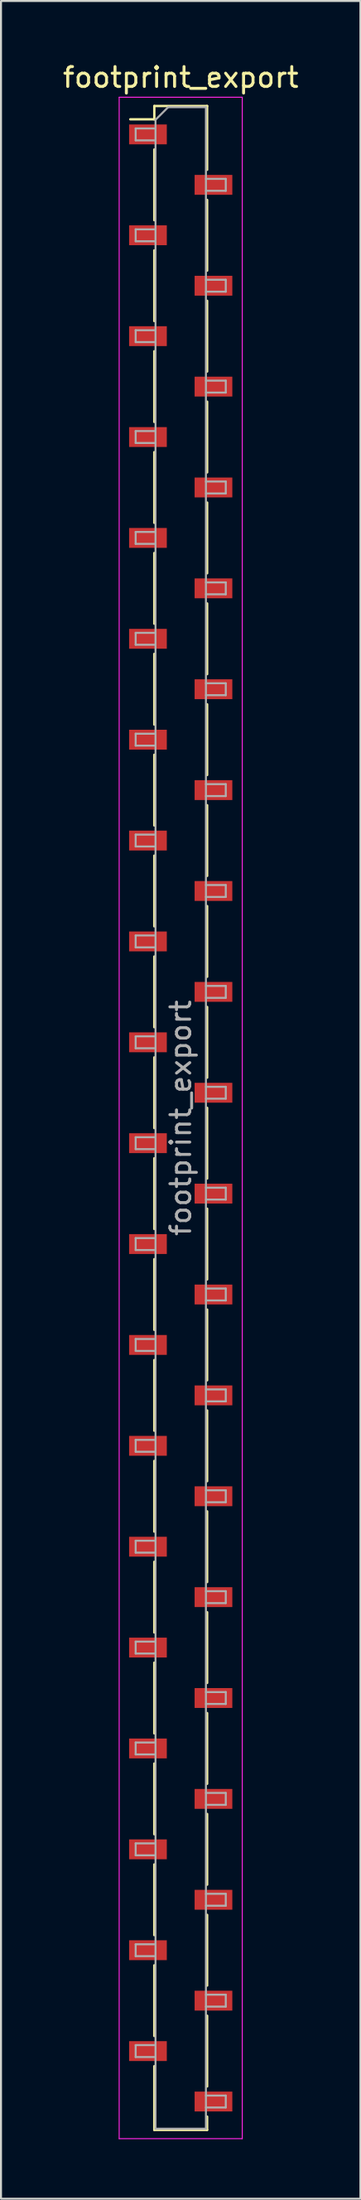
<source format=kicad_pcb>
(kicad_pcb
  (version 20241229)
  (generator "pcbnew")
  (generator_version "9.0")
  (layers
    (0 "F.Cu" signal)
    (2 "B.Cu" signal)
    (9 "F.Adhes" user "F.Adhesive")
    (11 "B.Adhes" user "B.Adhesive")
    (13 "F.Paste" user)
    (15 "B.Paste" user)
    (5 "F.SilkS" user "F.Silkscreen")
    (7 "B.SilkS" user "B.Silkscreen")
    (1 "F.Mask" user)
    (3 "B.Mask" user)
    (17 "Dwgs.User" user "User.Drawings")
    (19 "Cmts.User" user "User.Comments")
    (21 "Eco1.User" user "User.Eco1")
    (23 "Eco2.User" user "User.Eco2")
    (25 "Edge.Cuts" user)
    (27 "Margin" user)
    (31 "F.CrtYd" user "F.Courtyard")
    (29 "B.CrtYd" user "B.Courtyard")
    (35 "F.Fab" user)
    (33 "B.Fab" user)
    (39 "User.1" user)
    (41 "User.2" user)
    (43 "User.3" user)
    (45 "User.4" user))
  (footprint "footprint_export"
    (layer "F.Cu")
    (at 6.054 53.248)
    (property "Reference" "footprint_export" (at 0 -52.4 0) (layer "F.SilkS") (effects (font (size 1 1) (thickness 0.15))))
    (attr smd)
    (fp_line (start -2.54 -50.29) (end -1.33 -50.29) (stroke (width 0.12) (type solid)) (layer "F.SilkS"))
    (fp_line (start -1.33 -50.96) (end -1.33 -50.29) (stroke (width 0.12) (type solid)) (layer "F.SilkS"))
    (fp_line (start -1.33 -50.96) (end 1.33 -50.96) (stroke (width 0.12) (type solid)) (layer "F.SilkS"))
    (fp_line (start -1.33 -48.77) (end -1.33 -45.21) (stroke (width 0.12) (type solid)) (layer "F.SilkS"))
    (fp_line (start -1.33 -43.69) (end -1.33 -40.13) (stroke (width 0.12) (type solid)) (layer "F.SilkS"))
    (fp_line (start -1.33 -38.61) (end -1.33 -35.05) (stroke (width 0.12) (type solid)) (layer "F.SilkS"))
    (fp_line (start -1.33 -33.53) (end -1.33 -29.97) (stroke (width 0.12) (type solid)) (layer "F.SilkS"))
    (fp_line (start -1.33 -28.45) (end -1.33 -24.89) (stroke (width 0.12) (type solid)) (layer "F.SilkS"))
    (fp_line (start -1.33 -23.37) (end -1.33 -19.81) (stroke (width 0.12) (type solid)) (layer "F.SilkS"))
    (fp_line (start -1.33 -18.29) (end -1.33 -14.73) (stroke (width 0.12) (type solid)) (layer "F.SilkS"))
    (fp_line (start -1.33 -13.21) (end -1.33 -9.65) (stroke (width 0.12) (type solid)) (layer "F.SilkS"))
    (fp_line (start -1.33 -8.13) (end -1.33 -4.57) (stroke (width 0.12) (type solid)) (layer "F.SilkS"))
    (fp_line (start -1.33 -3.05) (end -1.33 0.51) (stroke (width 0.12) (type solid)) (layer "F.SilkS"))
    (fp_line (start -1.33 2.03) (end -1.33 5.59) (stroke (width 0.12) (type solid)) (layer "F.SilkS"))
    (fp_line (start -1.33 7.11) (end -1.33 10.67) (stroke (width 0.12) (type solid)) (layer "F.SilkS"))
    (fp_line (start -1.33 12.19) (end -1.33 15.75) (stroke (width 0.12) (type solid)) (layer "F.SilkS"))
    (fp_line (start -1.33 17.27) (end -1.33 20.83) (stroke (width 0.12) (type solid)) (layer "F.SilkS"))
    (fp_line (start -1.33 22.35) (end -1.33 25.91) (stroke (width 0.12) (type solid)) (layer "F.SilkS"))
    (fp_line (start -1.33 27.43) (end -1.33 30.99) (stroke (width 0.12) (type solid)) (layer "F.SilkS"))
    (fp_line (start -1.33 32.51) (end -1.33 36.07) (stroke (width 0.12) (type solid)) (layer "F.SilkS"))
    (fp_line (start -1.33 37.59) (end -1.33 41.15) (stroke (width 0.12) (type solid)) (layer "F.SilkS"))
    (fp_line (start -1.33 42.67) (end -1.33 46.23) (stroke (width 0.12) (type solid)) (layer "F.SilkS"))
    (fp_line (start -1.33 47.75) (end -1.33 50.96) (stroke (width 0.12) (type solid)) (layer "F.SilkS"))
    (fp_line (start -1.33 50.96) (end 1.33 50.96) (stroke (width 0.12) (type solid)) (layer "F.SilkS"))
    (fp_line (start 1.33 -50.96) (end 1.33 -47.75) (stroke (width 0.12) (type solid)) (layer "F.SilkS"))
    (fp_line (start 1.33 -46.23) (end 1.33 -42.67) (stroke (width 0.12) (type solid)) (layer "F.SilkS"))
    (fp_line (start 1.33 -41.15) (end 1.33 -37.59) (stroke (width 0.12) (type solid)) (layer "F.SilkS"))
    (fp_line (start 1.33 -36.07) (end 1.33 -32.51) (stroke (width 0.12) (type solid)) (layer "F.SilkS"))
    (fp_line (start 1.33 -30.99) (end 1.33 -27.43) (stroke (width 0.12) (type solid)) (layer "F.SilkS"))
    (fp_line (start 1.33 -25.91) (end 1.33 -22.35) (stroke (width 0.12) (type solid)) (layer "F.SilkS"))
    (fp_line (start 1.33 -20.83) (end 1.33 -17.27) (stroke (width 0.12) (type solid)) (layer "F.SilkS"))
    (fp_line (start 1.33 -15.75) (end 1.33 -12.19) (stroke (width 0.12) (type solid)) (layer "F.SilkS"))
    (fp_line (start 1.33 -10.67) (end 1.33 -7.11) (stroke (width 0.12) (type solid)) (layer "F.SilkS"))
    (fp_line (start 1.33 -5.59) (end 1.33 -2.03) (stroke (width 0.12) (type solid)) (layer "F.SilkS"))
    (fp_line (start 1.33 -0.51) (end 1.33 3.05) (stroke (width 0.12) (type solid)) (layer "F.SilkS"))
    (fp_line (start 1.33 4.57) (end 1.33 8.13) (stroke (width 0.12) (type solid)) (layer "F.SilkS"))
    (fp_line (start 1.33 9.65) (end 1.33 13.21) (stroke (width 0.12) (type solid)) (layer "F.SilkS"))
    (fp_line (start 1.33 14.73) (end 1.33 18.29) (stroke (width 0.12) (type solid)) (layer "F.SilkS"))
    (fp_line (start 1.33 19.81) (end 1.33 23.37) (stroke (width 0.12) (type solid)) (layer "F.SilkS"))
    (fp_line (start 1.33 24.89) (end 1.33 28.45) (stroke (width 0.12) (type solid)) (layer "F.SilkS"))
    (fp_line (start 1.33 29.97) (end 1.33 33.53) (stroke (width 0.12) (type solid)) (layer "F.SilkS"))
    (fp_line (start 1.33 35.05) (end 1.33 38.61) (stroke (width 0.12) (type solid)) (layer "F.SilkS"))
    (fp_line (start 1.33 40.13) (end 1.33 43.69) (stroke (width 0.12) (type solid)) (layer "F.SilkS"))
    (fp_line (start 1.33 45.21) (end 1.33 48.77) (stroke (width 0.12) (type solid)) (layer "F.SilkS"))
    (fp_line (start 1.33 50.29) (end 1.33 50.96) (stroke (width 0.12) (type solid)) (layer "F.SilkS"))
    (fp_line (start -3.1 -51.4) (end 3.1 -51.4) (stroke (width 0.05) (type solid)) (layer "F.CrtYd"))
    (fp_line (start -3.1 51.4) (end -3.1 -51.4) (stroke (width 0.05) (type solid)) (layer "F.CrtYd"))
    (fp_line (start 3.1 -51.4) (end 3.1 51.4) (stroke (width 0.05) (type solid)) (layer "F.CrtYd"))
    (fp_line (start 3.1 51.4) (end -3.1 51.4) (stroke (width 0.05) (type solid)) (layer "F.CrtYd"))
    (fp_line (start -2.27 -49.83) (end -1.27 -49.83) (stroke (width 0.1) (type solid)) (layer "F.Fab"))
    (fp_line (start -2.27 -49.23) (end -2.27 -49.83) (stroke (width 0.1) (type solid)) (layer "F.Fab"))
    (fp_line (start -2.27 -44.75) (end -1.27 -44.75) (stroke (width 0.1) (type solid)) (layer "F.Fab"))
    (fp_line (start -2.27 -44.15) (end -2.27 -44.75) (stroke (width 0.1) (type solid)) (layer "F.Fab"))
    (fp_line (start -2.27 -39.67) (end -1.27 -39.67) (stroke (width 0.1) (type solid)) (layer "F.Fab"))
    (fp_line (start -2.27 -39.07) (end -2.27 -39.67) (stroke (width 0.1) (type solid)) (layer "F.Fab"))
    (fp_line (start -2.27 -34.59) (end -1.27 -34.59) (stroke (width 0.1) (type solid)) (layer "F.Fab"))
    (fp_line (start -2.27 -33.99) (end -2.27 -34.59) (stroke (width 0.1) (type solid)) (layer "F.Fab"))
    (fp_line (start -2.27 -29.51) (end -1.27 -29.51) (stroke (width 0.1) (type solid)) (layer "F.Fab"))
    (fp_line (start -2.27 -28.91) (end -2.27 -29.51) (stroke (width 0.1) (type solid)) (layer "F.Fab"))
    (fp_line (start -2.27 -24.43) (end -1.27 -24.43) (stroke (width 0.1) (type solid)) (layer "F.Fab"))
    (fp_line (start -2.27 -23.83) (end -2.27 -24.43) (stroke (width 0.1) (type solid)) (layer "F.Fab"))
    (fp_line (start -2.27 -19.35) (end -1.27 -19.35) (stroke (width 0.1) (type solid)) (layer "F.Fab"))
    (fp_line (start -2.27 -18.75) (end -2.27 -19.35) (stroke (width 0.1) (type solid)) (layer "F.Fab"))
    (fp_line (start -2.27 -14.27) (end -1.27 -14.27) (stroke (width 0.1) (type solid)) (layer "F.Fab"))
    (fp_line (start -2.27 -13.67) (end -2.27 -14.27) (stroke (width 0.1) (type solid)) (layer "F.Fab"))
    (fp_line (start -2.27 -9.19) (end -1.27 -9.19) (stroke (width 0.1) (type solid)) (layer "F.Fab"))
    (fp_line (start -2.27 -8.59) (end -2.27 -9.19) (stroke (width 0.1) (type solid)) (layer "F.Fab"))
    (fp_line (start -2.27 -4.11) (end -1.27 -4.11) (stroke (width 0.1) (type solid)) (layer "F.Fab"))
    (fp_line (start -2.27 -3.51) (end -2.27 -4.11) (stroke (width 0.1) (type solid)) (layer "F.Fab"))
    (fp_line (start -2.27 0.97) (end -1.27 0.97) (stroke (width 0.1) (type solid)) (layer "F.Fab"))
    (fp_line (start -2.27 1.57) (end -2.27 0.97) (stroke (width 0.1) (type solid)) (layer "F.Fab"))
    (fp_line (start -2.27 6.05) (end -1.27 6.05) (stroke (width 0.1) (type solid)) (layer "F.Fab"))
    (fp_line (start -2.27 6.65) (end -2.27 6.05) (stroke (width 0.1) (type solid)) (layer "F.Fab"))
    (fp_line (start -2.27 11.13) (end -1.27 11.13) (stroke (width 0.1) (type solid)) (layer "F.Fab"))
    (fp_line (start -2.27 11.73) (end -2.27 11.13) (stroke (width 0.1) (type solid)) (layer "F.Fab"))
    (fp_line (start -2.27 16.21) (end -1.27 16.21) (stroke (width 0.1) (type solid)) (layer "F.Fab"))
    (fp_line (start -2.27 16.81) (end -2.27 16.21) (stroke (width 0.1) (type solid)) (layer "F.Fab"))
    (fp_line (start -2.27 21.29) (end -1.27 21.29) (stroke (width 0.1) (type solid)) (layer "F.Fab"))
    (fp_line (start -2.27 21.89) (end -2.27 21.29) (stroke (width 0.1) (type solid)) (layer "F.Fab"))
    (fp_line (start -2.27 26.37) (end -1.27 26.37) (stroke (width 0.1) (type solid)) (layer "F.Fab"))
    (fp_line (start -2.27 26.97) (end -2.27 26.37) (stroke (width 0.1) (type solid)) (layer "F.Fab"))
    (fp_line (start -2.27 31.45) (end -1.27 31.45) (stroke (width 0.1) (type solid)) (layer "F.Fab"))
    (fp_line (start -2.27 32.05) (end -2.27 31.45) (stroke (width 0.1) (type solid)) (layer "F.Fab"))
    (fp_line (start -2.27 36.53) (end -1.27 36.53) (stroke (width 0.1) (type solid)) (layer "F.Fab"))
    (fp_line (start -2.27 37.13) (end -2.27 36.53) (stroke (width 0.1) (type solid)) (layer "F.Fab"))
    (fp_line (start -2.27 41.61) (end -1.27 41.61) (stroke (width 0.1) (type solid)) (layer "F.Fab"))
    (fp_line (start -2.27 42.21) (end -2.27 41.61) (stroke (width 0.1) (type solid)) (layer "F.Fab"))
    (fp_line (start -2.27 46.69) (end -1.27 46.69) (stroke (width 0.1) (type solid)) (layer "F.Fab"))
    (fp_line (start -2.27 47.29) (end -2.27 46.69) (stroke (width 0.1) (type solid)) (layer "F.Fab"))
    (fp_line (start -1.27 -50.265) (end -0.635 -50.9) (stroke (width 0.1) (type solid)) (layer "F.Fab"))
    (fp_line (start -1.27 -49.23) (end -2.27 -49.23) (stroke (width 0.1) (type solid)) (layer "F.Fab"))
    (fp_line (start -1.27 -44.15) (end -2.27 -44.15) (stroke (width 0.1) (type solid)) (layer "F.Fab"))
    (fp_line (start -1.27 -39.07) (end -2.27 -39.07) (stroke (width 0.1) (type solid)) (layer "F.Fab"))
    (fp_line (start -1.27 -33.99) (end -2.27 -33.99) (stroke (width 0.1) (type solid)) (layer "F.Fab"))
    (fp_line (start -1.27 -28.91) (end -2.27 -28.91) (stroke (width 0.1) (type solid)) (layer "F.Fab"))
    (fp_line (start -1.27 -23.83) (end -2.27 -23.83) (stroke (width 0.1) (type solid)) (layer "F.Fab"))
    (fp_line (start -1.27 -18.75) (end -2.27 -18.75) (stroke (width 0.1) (type solid)) (layer "F.Fab"))
    (fp_line (start -1.27 -13.67) (end -2.27 -13.67) (stroke (width 0.1) (type solid)) (layer "F.Fab"))
    (fp_line (start -1.27 -8.59) (end -2.27 -8.59) (stroke (width 0.1) (type solid)) (layer "F.Fab"))
    (fp_line (start -1.27 -3.51) (end -2.27 -3.51) (stroke (width 0.1) (type solid)) (layer "F.Fab"))
    (fp_line (start -1.27 1.57) (end -2.27 1.57) (stroke (width 0.1) (type solid)) (layer "F.Fab"))
    (fp_line (start -1.27 6.65) (end -2.27 6.65) (stroke (width 0.1) (type solid)) (layer "F.Fab"))
    (fp_line (start -1.27 11.73) (end -2.27 11.73) (stroke (width 0.1) (type solid)) (layer "F.Fab"))
    (fp_line (start -1.27 16.81) (end -2.27 16.81) (stroke (width 0.1) (type solid)) (layer "F.Fab"))
    (fp_line (start -1.27 21.89) (end -2.27 21.89) (stroke (width 0.1) (type solid)) (layer "F.Fab"))
    (fp_line (start -1.27 26.97) (end -2.27 26.97) (stroke (width 0.1) (type solid)) (layer "F.Fab"))
    (fp_line (start -1.27 32.05) (end -2.27 32.05) (stroke (width 0.1) (type solid)) (layer "F.Fab"))
    (fp_line (start -1.27 37.13) (end -2.27 37.13) (stroke (width 0.1) (type solid)) (layer "F.Fab"))
    (fp_line (start -1.27 42.21) (end -2.27 42.21) (stroke (width 0.1) (type solid)) (layer "F.Fab"))
    (fp_line (start -1.27 47.29) (end -2.27 47.29) (stroke (width 0.1) (type solid)) (layer "F.Fab"))
    (fp_line (start -1.27 50.9) (end -1.27 -50.265) (stroke (width 0.1) (type solid)) (layer "F.Fab"))
    (fp_line (start -0.635 -50.9) (end 1.27 -50.9) (stroke (width 0.1) (type solid)) (layer "F.Fab"))
    (fp_line (start 1.27 -50.9) (end 1.27 50.9) (stroke (width 0.1) (type solid)) (layer "F.Fab"))
    (fp_line (start 1.27 -47.29) (end 2.27 -47.29) (stroke (width 0.1) (type solid)) (layer "F.Fab"))
    (fp_line (start 1.27 -42.21) (end 2.27 -42.21) (stroke (width 0.1) (type solid)) (layer "F.Fab"))
    (fp_line (start 1.27 -37.13) (end 2.27 -37.13) (stroke (width 0.1) (type solid)) (layer "F.Fab"))
    (fp_line (start 1.27 -32.05) (end 2.27 -32.05) (stroke (width 0.1) (type solid)) (layer "F.Fab"))
    (fp_line (start 1.27 -26.97) (end 2.27 -26.97) (stroke (width 0.1) (type solid)) (layer "F.Fab"))
    (fp_line (start 1.27 -21.89) (end 2.27 -21.89) (stroke (width 0.1) (type solid)) (layer "F.Fab"))
    (fp_line (start 1.27 -16.81) (end 2.27 -16.81) (stroke (width 0.1) (type solid)) (layer "F.Fab"))
    (fp_line (start 1.27 -11.73) (end 2.27 -11.73) (stroke (width 0.1) (type solid)) (layer "F.Fab"))
    (fp_line (start 1.27 -6.65) (end 2.27 -6.65) (stroke (width 0.1) (type solid)) (layer "F.Fab"))
    (fp_line (start 1.27 -1.57) (end 2.27 -1.57) (stroke (width 0.1) (type solid)) (layer "F.Fab"))
    (fp_line (start 1.27 3.51) (end 2.27 3.51) (stroke (width 0.1) (type solid)) (layer "F.Fab"))
    (fp_line (start 1.27 8.59) (end 2.27 8.59) (stroke (width 0.1) (type solid)) (layer "F.Fab"))
    (fp_line (start 1.27 13.67) (end 2.27 13.67) (stroke (width 0.1) (type solid)) (layer "F.Fab"))
    (fp_line (start 1.27 18.75) (end 2.27 18.75) (stroke (width 0.1) (type solid)) (layer "F.Fab"))
    (fp_line (start 1.27 23.83) (end 2.27 23.83) (stroke (width 0.1) (type solid)) (layer "F.Fab"))
    (fp_line (start 1.27 28.91) (end 2.27 28.91) (stroke (width 0.1) (type solid)) (layer "F.Fab"))
    (fp_line (start 1.27 33.99) (end 2.27 33.99) (stroke (width 0.1) (type solid)) (layer "F.Fab"))
    (fp_line (start 1.27 39.07) (end 2.27 39.07) (stroke (width 0.1) (type solid)) (layer "F.Fab"))
    (fp_line (start 1.27 44.15) (end 2.27 44.15) (stroke (width 0.1) (type solid)) (layer "F.Fab"))
    (fp_line (start 1.27 49.23) (end 2.27 49.23) (stroke (width 0.1) (type solid)) (layer "F.Fab"))
    (fp_line (start 1.27 50.9) (end -1.27 50.9) (stroke (width 0.1) (type solid)) (layer "F.Fab"))
    (fp_line (start 2.27 -47.29) (end 2.27 -46.69) (stroke (width 0.1) (type solid)) (layer "F.Fab"))
    (fp_line (start 2.27 -46.69) (end 1.27 -46.69) (stroke (width 0.1) (type solid)) (layer "F.Fab"))
    (fp_line (start 2.27 -42.21) (end 2.27 -41.61) (stroke (width 0.1) (type solid)) (layer "F.Fab"))
    (fp_line (start 2.27 -41.61) (end 1.27 -41.61) (stroke (width 0.1) (type solid)) (layer "F.Fab"))
    (fp_line (start 2.27 -37.13) (end 2.27 -36.53) (stroke (width 0.1) (type solid)) (layer "F.Fab"))
    (fp_line (start 2.27 -36.53) (end 1.27 -36.53) (stroke (width 0.1) (type solid)) (layer "F.Fab"))
    (fp_line (start 2.27 -32.05) (end 2.27 -31.45) (stroke (width 0.1) (type solid)) (layer "F.Fab"))
    (fp_line (start 2.27 -31.45) (end 1.27 -31.45) (stroke (width 0.1) (type solid)) (layer "F.Fab"))
    (fp_line (start 2.27 -26.97) (end 2.27 -26.37) (stroke (width 0.1) (type solid)) (layer "F.Fab"))
    (fp_line (start 2.27 -26.37) (end 1.27 -26.37) (stroke (width 0.1) (type solid)) (layer "F.Fab"))
    (fp_line (start 2.27 -21.89) (end 2.27 -21.29) (stroke (width 0.1) (type solid)) (layer "F.Fab"))
    (fp_line (start 2.27 -21.29) (end 1.27 -21.29) (stroke (width 0.1) (type solid)) (layer "F.Fab"))
    (fp_line (start 2.27 -16.81) (end 2.27 -16.21) (stroke (width 0.1) (type solid)) (layer "F.Fab"))
    (fp_line (start 2.27 -16.21) (end 1.27 -16.21) (stroke (width 0.1) (type solid)) (layer "F.Fab"))
    (fp_line (start 2.27 -11.73) (end 2.27 -11.13) (stroke (width 0.1) (type solid)) (layer "F.Fab"))
    (fp_line (start 2.27 -11.13) (end 1.27 -11.13) (stroke (width 0.1) (type solid)) (layer "F.Fab"))
    (fp_line (start 2.27 -6.65) (end 2.27 -6.05) (stroke (width 0.1) (type solid)) (layer "F.Fab"))
    (fp_line (start 2.27 -6.05) (end 1.27 -6.05) (stroke (width 0.1) (type solid)) (layer "F.Fab"))
    (fp_line (start 2.27 -1.57) (end 2.27 -0.97) (stroke (width 0.1) (type solid)) (layer "F.Fab"))
    (fp_line (start 2.27 -0.97) (end 1.27 -0.97) (stroke (width 0.1) (type solid)) (layer "F.Fab"))
    (fp_line (start 2.27 3.51) (end 2.27 4.11) (stroke (width 0.1) (type solid)) (layer "F.Fab"))
    (fp_line (start 2.27 4.11) (end 1.27 4.11) (stroke (width 0.1) (type solid)) (layer "F.Fab"))
    (fp_line (start 2.27 8.59) (end 2.27 9.19) (stroke (width 0.1) (type solid)) (layer "F.Fab"))
    (fp_line (start 2.27 9.19) (end 1.27 9.19) (stroke (width 0.1) (type solid)) (layer "F.Fab"))
    (fp_line (start 2.27 13.67) (end 2.27 14.27) (stroke (width 0.1) (type solid)) (layer "F.Fab"))
    (fp_line (start 2.27 14.27) (end 1.27 14.27) (stroke (width 0.1) (type solid)) (layer "F.Fab"))
    (fp_line (start 2.27 18.75) (end 2.27 19.35) (stroke (width 0.1) (type solid)) (layer "F.Fab"))
    (fp_line (start 2.27 19.35) (end 1.27 19.35) (stroke (width 0.1) (type solid)) (layer "F.Fab"))
    (fp_line (start 2.27 23.83) (end 2.27 24.43) (stroke (width 0.1) (type solid)) (layer "F.Fab"))
    (fp_line (start 2.27 24.43) (end 1.27 24.43) (stroke (width 0.1) (type solid)) (layer "F.Fab"))
    (fp_line (start 2.27 28.91) (end 2.27 29.51) (stroke (width 0.1) (type solid)) (layer "F.Fab"))
    (fp_line (start 2.27 29.51) (end 1.27 29.51) (stroke (width 0.1) (type solid)) (layer "F.Fab"))
    (fp_line (start 2.27 33.99) (end 2.27 34.59) (stroke (width 0.1) (type solid)) (layer "F.Fab"))
    (fp_line (start 2.27 34.59) (end 1.27 34.59) (stroke (width 0.1) (type solid)) (layer "F.Fab"))
    (fp_line (start 2.27 39.07) (end 2.27 39.67) (stroke (width 0.1) (type solid)) (layer "F.Fab"))
    (fp_line (start 2.27 39.67) (end 1.27 39.67) (stroke (width 0.1) (type solid)) (layer "F.Fab"))
    (fp_line (start 2.27 44.15) (end 2.27 44.75) (stroke (width 0.1) (type solid)) (layer "F.Fab"))
    (fp_line (start 2.27 44.75) (end 1.27 44.75) (stroke (width 0.1) (type solid)) (layer "F.Fab"))
    (fp_line (start 2.27 49.23) (end 2.27 49.83) (stroke (width 0.1) (type solid)) (layer "F.Fab"))
    (fp_line (start 2.27 49.83) (end 1.27 49.83) (stroke (width 0.1) (type solid)) (layer "F.Fab"))
    (fp_text user "${REFERENCE}" (at 0 0 90) (layer "F.Fab") (effects (font (size 1 1) (thickness 0.15))))
    (pad "1" smd rect (at -1.65 -49.53) (size 1.9 1) (layers "F.Cu" "F.Mask" "F.Paste"))
    (pad "2" smd rect (at 1.65 -46.99) (size 1.9 1) (layers "F.Cu" "F.Mask" "F.Paste"))
    (pad "3" smd rect (at -1.65 -44.45) (size 1.9 1) (layers "F.Cu" "F.Mask" "F.Paste"))
    (pad "4" smd rect (at 1.65 -41.91) (size 1.9 1) (layers "F.Cu" "F.Mask" "F.Paste"))
    (pad "5" smd rect (at -1.65 -39.37) (size 1.9 1) (layers "F.Cu" "F.Mask" "F.Paste"))
    (pad "6" smd rect (at 1.65 -36.83) (size 1.9 1) (layers "F.Cu" "F.Mask" "F.Paste"))
    (pad "7" smd rect (at -1.65 -34.29) (size 1.9 1) (layers "F.Cu" "F.Mask" "F.Paste"))
    (pad "8" smd rect (at 1.65 -31.75) (size 1.9 1) (layers "F.Cu" "F.Mask" "F.Paste"))
    (pad "9" smd rect (at -1.65 -29.21) (size 1.9 1) (layers "F.Cu" "F.Mask" "F.Paste"))
    (pad "10" smd rect (at 1.65 -26.67) (size 1.9 1) (layers "F.Cu" "F.Mask" "F.Paste"))
    (pad "11" smd rect (at -1.65 -24.13) (size 1.9 1) (layers "F.Cu" "F.Mask" "F.Paste"))
    (pad "12" smd rect (at 1.65 -21.59) (size 1.9 1) (layers "F.Cu" "F.Mask" "F.Paste"))
    (pad "13" smd rect (at -1.65 -19.05) (size 1.9 1) (layers "F.Cu" "F.Mask" "F.Paste"))
    (pad "14" smd rect (at 1.65 -16.51) (size 1.9 1) (layers "F.Cu" "F.Mask" "F.Paste"))
    (pad "15" smd rect (at -1.65 -13.97) (size 1.9 1) (layers "F.Cu" "F.Mask" "F.Paste"))
    (pad "16" smd rect (at 1.65 -11.43) (size 1.9 1) (layers "F.Cu" "F.Mask" "F.Paste"))
    (pad "17" smd rect (at -1.65 -8.89) (size 1.9 1) (layers "F.Cu" "F.Mask" "F.Paste"))
    (pad "18" smd rect (at 1.65 -6.35) (size 1.9 1) (layers "F.Cu" "F.Mask" "F.Paste"))
    (pad "19" smd rect (at -1.65 -3.81) (size 1.9 1) (layers "F.Cu" "F.Mask" "F.Paste"))
    (pad "20" smd rect (at 1.65 -1.27) (size 1.9 1) (layers "F.Cu" "F.Mask" "F.Paste"))
    (pad "21" smd rect (at -1.65 1.27) (size 1.9 1) (layers "F.Cu" "F.Mask" "F.Paste"))
    (pad "22" smd rect (at 1.65 3.81) (size 1.9 1) (layers "F.Cu" "F.Mask" "F.Paste"))
    (pad "23" smd rect (at -1.65 6.35) (size 1.9 1) (layers "F.Cu" "F.Mask" "F.Paste"))
    (pad "24" smd rect (at 1.65 8.89) (size 1.9 1) (layers "F.Cu" "F.Mask" "F.Paste"))
    (pad "25" smd rect (at -1.65 11.43) (size 1.9 1) (layers "F.Cu" "F.Mask" "F.Paste"))
    (pad "26" smd rect (at 1.65 13.97) (size 1.9 1) (layers "F.Cu" "F.Mask" "F.Paste"))
    (pad "27" smd rect (at -1.65 16.51) (size 1.9 1) (layers "F.Cu" "F.Mask" "F.Paste"))
    (pad "28" smd rect (at 1.65 19.05) (size 1.9 1) (layers "F.Cu" "F.Mask" "F.Paste"))
    (pad "29" smd rect (at -1.65 21.59) (size 1.9 1) (layers "F.Cu" "F.Mask" "F.Paste"))
    (pad "30" smd rect (at 1.65 24.13) (size 1.9 1) (layers "F.Cu" "F.Mask" "F.Paste"))
    (pad "31" smd rect (at -1.65 26.67) (size 1.9 1) (layers "F.Cu" "F.Mask" "F.Paste"))
    (pad "32" smd rect (at 1.65 29.21) (size 1.9 1) (layers "F.Cu" "F.Mask" "F.Paste"))
    (pad "33" smd rect (at -1.65 31.75) (size 1.9 1) (layers "F.Cu" "F.Mask" "F.Paste"))
    (pad "34" smd rect (at 1.65 34.29) (size 1.9 1) (layers "F.Cu" "F.Mask" "F.Paste"))
    (pad "35" smd rect (at -1.65 36.83) (size 1.9 1) (layers "F.Cu" "F.Mask" "F.Paste"))
    (pad "36" smd rect (at 1.65 39.37) (size 1.9 1) (layers "F.Cu" "F.Mask" "F.Paste"))
    (pad "37" smd rect (at -1.65 41.91) (size 1.9 1) (layers "F.Cu" "F.Mask" "F.Paste"))
    (pad "38" smd rect (at 1.65 44.45) (size 1.9 1) (layers "F.Cu" "F.Mask" "F.Paste"))
    (pad "39" smd rect (at -1.65 46.99) (size 1.9 1) (layers "F.Cu" "F.Mask" "F.Paste"))
    (pad "40" smd rect (at 1.65 49.53) (size 1.9 1) (layers "F.Cu" "F.Mask" "F.Paste")))
  (gr_rect
    (start -3 -3)
    (end 15.107 107.673)
    (stroke (width 0.1) (type default))
    (fill no)
    (layer "Edge.Cuts")))
</source>
